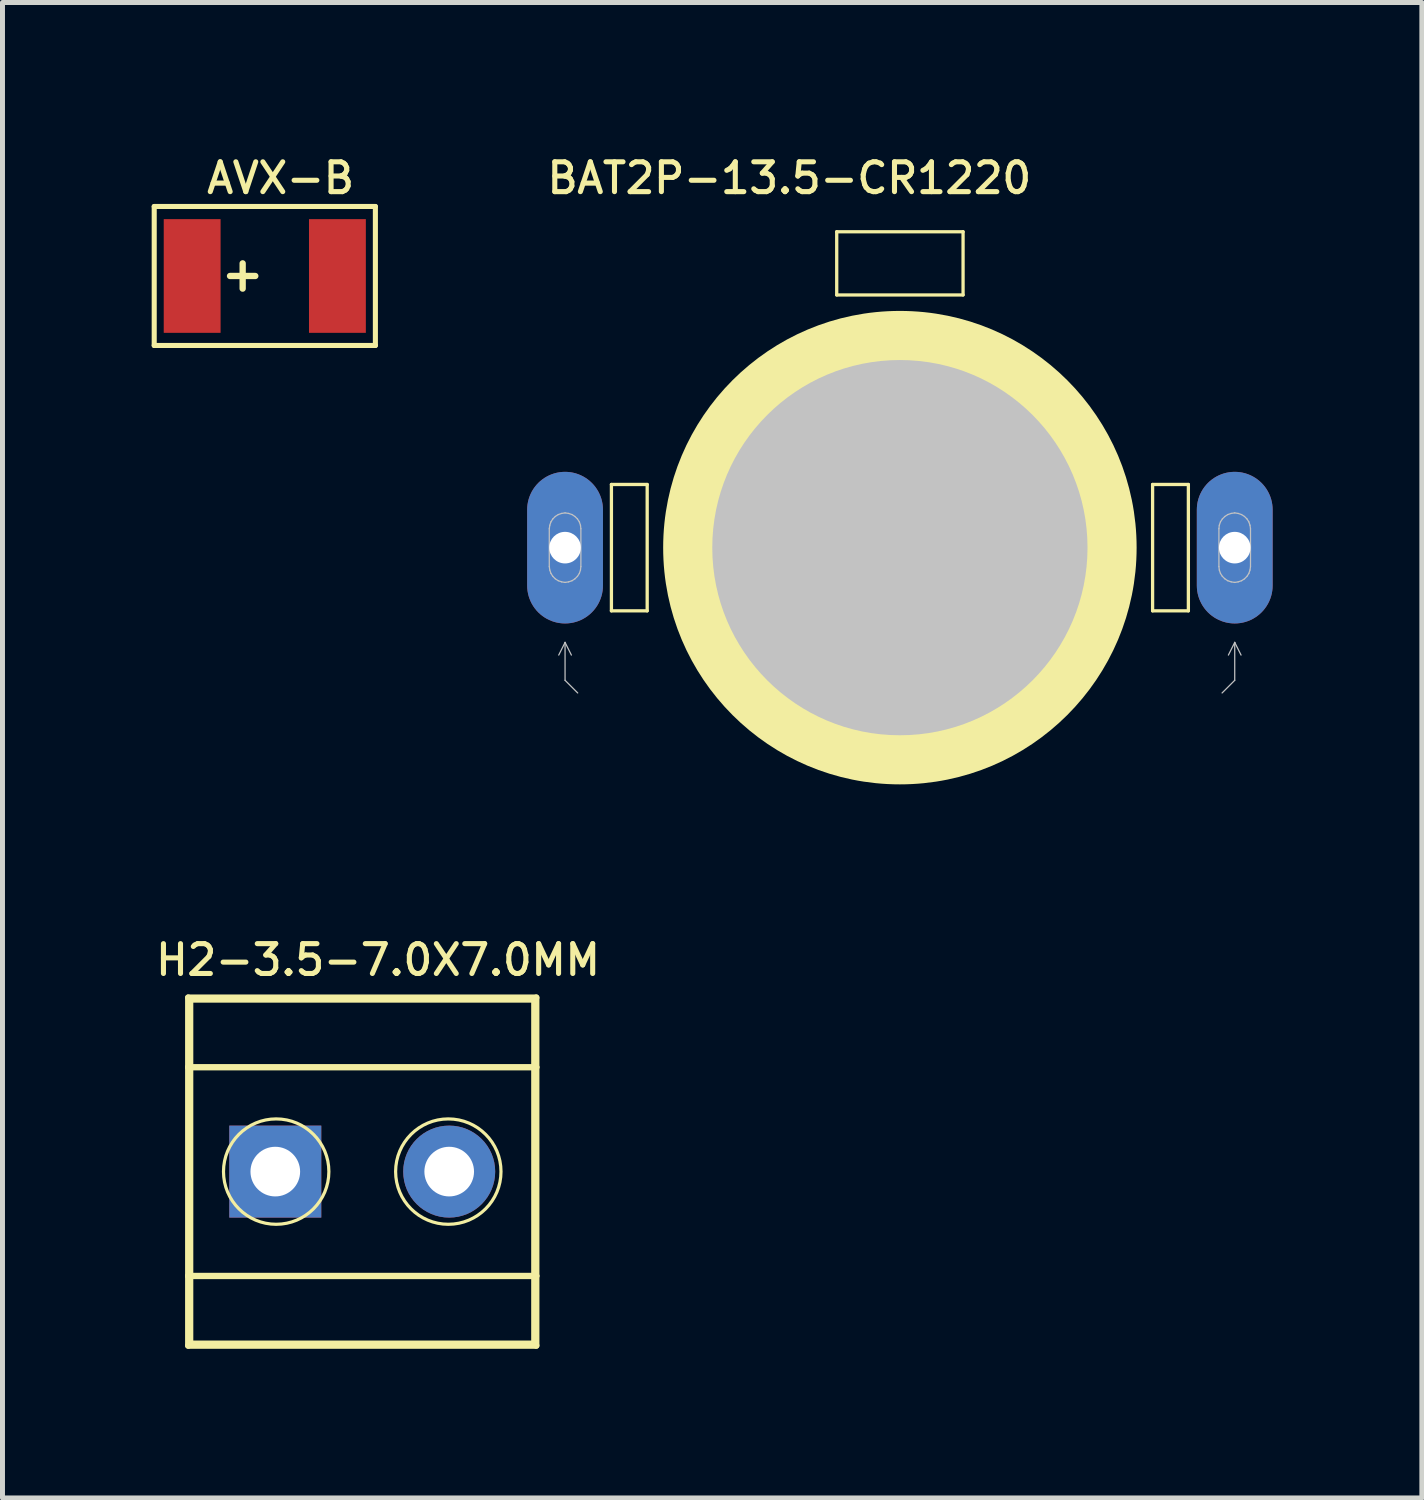
<source format=kicad_pcb>
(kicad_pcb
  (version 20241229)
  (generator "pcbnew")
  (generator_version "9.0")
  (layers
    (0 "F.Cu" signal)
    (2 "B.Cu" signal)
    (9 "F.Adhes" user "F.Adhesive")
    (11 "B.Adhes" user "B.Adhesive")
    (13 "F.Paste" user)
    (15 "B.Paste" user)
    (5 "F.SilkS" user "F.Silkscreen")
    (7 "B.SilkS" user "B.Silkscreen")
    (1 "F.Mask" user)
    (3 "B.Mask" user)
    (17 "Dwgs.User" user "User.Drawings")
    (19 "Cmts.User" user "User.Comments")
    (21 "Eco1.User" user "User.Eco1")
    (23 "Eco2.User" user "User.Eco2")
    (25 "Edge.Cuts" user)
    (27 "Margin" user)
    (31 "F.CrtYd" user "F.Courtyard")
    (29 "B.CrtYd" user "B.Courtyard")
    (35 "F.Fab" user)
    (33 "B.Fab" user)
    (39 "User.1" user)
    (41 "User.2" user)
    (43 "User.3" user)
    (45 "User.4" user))
  (footprint "BAT2P-13.5-CR1220"
    (layer "F.Cu")
    (at 15.04 7.959)
    (property "Reference" "BAT2P-13.5-CR1220" (at -2.223 -7.429 0) (layer "F.SilkS") (effects (font (size 0.6 0.6) (thickness 0.102))))
    (attr smd)
    (fp_line (start -5.799 -1.27) (end -5.08 -1.27) (stroke (width 0.066) (type solid)) (layer "F.SilkS"))
    (fp_line (start -5.799 1.27) (end -5.799 -1.27) (stroke (width 0.066) (type solid)) (layer "F.SilkS"))
    (fp_line (start -5.799 1.27) (end -5.08 1.27) (stroke (width 0.066) (type solid)) (layer "F.SilkS"))
    (fp_line (start -5.08 1.27) (end -5.08 -1.27) (stroke (width 0.066) (type solid)) (layer "F.SilkS"))
    (fp_line (start -1.27 -6.35) (end 1.27 -6.35) (stroke (width 0.066) (type solid)) (layer "F.SilkS"))
    (fp_line (start -1.27 -5.08) (end -1.27 -6.35) (stroke (width 0.066) (type solid)) (layer "F.SilkS"))
    (fp_line (start -1.27 -5.08) (end 1.27 -5.08) (stroke (width 0.066) (type solid)) (layer "F.SilkS"))
    (fp_line (start 1.27 -5.08) (end 1.27 -6.35) (stroke (width 0.066) (type solid)) (layer "F.SilkS"))
    (fp_line (start 5.08 -1.27) (end 5.799 -1.27) (stroke (width 0.066) (type solid)) (layer "F.SilkS"))
    (fp_line (start 5.08 1.27) (end 5.08 -1.27) (stroke (width 0.066) (type solid)) (layer "F.SilkS"))
    (fp_line (start 5.08 1.27) (end 5.799 1.27) (stroke (width 0.066) (type solid)) (layer "F.SilkS"))
    (fp_line (start 5.799 1.27) (end 5.799 -1.27) (stroke (width 0.066) (type solid)) (layer "F.SilkS"))
    (fp_circle (center 0 0) (end -3.365 3.365) (stroke (width 0) (type solid)) (fill yes) (layer "F.SilkS"))
    (fp_line (start -7.048 -0.381) (end -7.038 -0.45) (stroke (width 0.025) (type solid)) (layer "Dwgs.User"))
    (fp_line (start -7.048 0.381) (end -7.048 -0.381) (stroke (width 0.025) (type solid)) (layer "Dwgs.User"))
    (fp_line (start -7.038 -0.45) (end -7.015 -0.518) (stroke (width 0.025) (type solid)) (layer "Dwgs.User"))
    (fp_line (start -7.038 0.45) (end -7.048 0.381) (stroke (width 0.025) (type solid)) (layer "Dwgs.User"))
    (fp_line (start -7.015 -0.518) (end -6.977 -0.577) (stroke (width 0.025) (type solid)) (layer "Dwgs.User"))
    (fp_line (start -7.015 0.518) (end -7.038 0.45) (stroke (width 0.025) (type solid)) (layer "Dwgs.User"))
    (fp_line (start -6.977 -0.577) (end -6.927 -0.627) (stroke (width 0.025) (type solid)) (layer "Dwgs.User"))
    (fp_line (start -6.977 0.577) (end -7.015 0.518) (stroke (width 0.025) (type solid)) (layer "Dwgs.User"))
    (fp_line (start -6.927 -0.627) (end -6.868 -0.665) (stroke (width 0.025) (type solid)) (layer "Dwgs.User"))
    (fp_line (start -6.927 0.627) (end -6.977 0.577) (stroke (width 0.025) (type solid)) (layer "Dwgs.User"))
    (fp_line (start -6.868 -0.665) (end -6.8 -0.688) (stroke (width 0.025) (type solid)) (layer "Dwgs.User"))
    (fp_line (start -6.868 0.665) (end -6.927 0.627) (stroke (width 0.025) (type solid)) (layer "Dwgs.User"))
    (fp_line (start -6.8 -0.688) (end -6.731 -0.699) (stroke (width 0.025) (type solid)) (layer "Dwgs.User"))
    (fp_line (start -6.8 0.688) (end -6.868 0.665) (stroke (width 0.025) (type solid)) (layer "Dwgs.User"))
    (fp_line (start -6.731 -0.699) (end -6.66 -0.688) (stroke (width 0.025) (type solid)) (layer "Dwgs.User"))
    (fp_line (start -6.731 0.699) (end -6.8 0.688) (stroke (width 0.025) (type solid)) (layer "Dwgs.User"))
    (fp_line (start -6.731 1.905) (end -6.858 2.159) (stroke (width 0.025) (type solid)) (layer "Dwgs.User"))
    (fp_line (start -6.731 1.905) (end -6.604 2.159) (stroke (width 0.025) (type solid)) (layer "Dwgs.User"))
    (fp_line (start -6.731 2.667) (end -6.731 1.905) (stroke (width 0.025) (type solid)) (layer "Dwgs.User"))
    (fp_line (start -6.66 -0.688) (end -6.591 -0.665) (stroke (width 0.025) (type solid)) (layer "Dwgs.User"))
    (fp_line (start -6.66 0.688) (end -6.731 0.699) (stroke (width 0.025) (type solid)) (layer "Dwgs.User"))
    (fp_line (start -6.591 -0.665) (end -6.533 -0.627) (stroke (width 0.025) (type solid)) (layer "Dwgs.User"))
    (fp_line (start -6.591 0.665) (end -6.66 0.688) (stroke (width 0.025) (type solid)) (layer "Dwgs.User"))
    (fp_line (start -6.533 -0.627) (end -6.482 -0.577) (stroke (width 0.025) (type solid)) (layer "Dwgs.User"))
    (fp_line (start -6.533 0.627) (end -6.591 0.665) (stroke (width 0.025) (type solid)) (layer "Dwgs.User"))
    (fp_line (start -6.482 -0.577) (end -6.444 -0.518) (stroke (width 0.025) (type solid)) (layer "Dwgs.User"))
    (fp_line (start -6.482 0.577) (end -6.533 0.627) (stroke (width 0.025) (type solid)) (layer "Dwgs.User"))
    (fp_line (start -6.477 2.921) (end -6.731 2.667) (stroke (width 0.025) (type solid)) (layer "Dwgs.User"))
    (fp_line (start -6.444 -0.518) (end -6.421 -0.45) (stroke (width 0.025) (type solid)) (layer "Dwgs.User"))
    (fp_line (start -6.444 0.518) (end -6.482 0.577) (stroke (width 0.025) (type solid)) (layer "Dwgs.User"))
    (fp_line (start -6.421 -0.45) (end -6.413 -0.381) (stroke (width 0.025) (type solid)) (layer "Dwgs.User"))
    (fp_line (start -6.421 0.45) (end -6.444 0.518) (stroke (width 0.025) (type solid)) (layer "Dwgs.User"))
    (fp_line (start -6.413 -0.381) (end -6.413 0.381) (stroke (width 0.025) (type solid)) (layer "Dwgs.User"))
    (fp_line (start -6.413 0.381) (end -6.421 0.45) (stroke (width 0.025) (type solid)) (layer "Dwgs.User"))
    (fp_line (start 6.413 -0.381) (end 6.421 -0.45) (stroke (width 0.025) (type solid)) (layer "Dwgs.User"))
    (fp_line (start 6.413 0.381) (end 6.413 -0.381) (stroke (width 0.025) (type solid)) (layer "Dwgs.User"))
    (fp_line (start 6.421 -0.45) (end 6.444 -0.518) (stroke (width 0.025) (type solid)) (layer "Dwgs.User"))
    (fp_line (start 6.421 0.45) (end 6.413 0.381) (stroke (width 0.025) (type solid)) (layer "Dwgs.User"))
    (fp_line (start 6.444 -0.518) (end 6.482 -0.577) (stroke (width 0.025) (type solid)) (layer "Dwgs.User"))
    (fp_line (start 6.444 0.518) (end 6.421 0.45) (stroke (width 0.025) (type solid)) (layer "Dwgs.User"))
    (fp_line (start 6.477 2.921) (end 6.731 2.667) (stroke (width 0.025) (type solid)) (layer "Dwgs.User"))
    (fp_line (start 6.482 -0.577) (end 6.533 -0.627) (stroke (width 0.025) (type solid)) (layer "Dwgs.User"))
    (fp_line (start 6.482 0.577) (end 6.444 0.518) (stroke (width 0.025) (type solid)) (layer "Dwgs.User"))
    (fp_line (start 6.533 -0.627) (end 6.591 -0.665) (stroke (width 0.025) (type solid)) (layer "Dwgs.User"))
    (fp_line (start 6.533 0.627) (end 6.482 0.577) (stroke (width 0.025) (type solid)) (layer "Dwgs.User"))
    (fp_line (start 6.591 -0.665) (end 6.66 -0.688) (stroke (width 0.025) (type solid)) (layer "Dwgs.User"))
    (fp_line (start 6.591 0.665) (end 6.533 0.627) (stroke (width 0.025) (type solid)) (layer "Dwgs.User"))
    (fp_line (start 6.66 -0.688) (end 6.731 -0.699) (stroke (width 0.025) (type solid)) (layer "Dwgs.User"))
    (fp_line (start 6.66 0.688) (end 6.591 0.665) (stroke (width 0.025) (type solid)) (layer "Dwgs.User"))
    (fp_line (start 6.731 -0.699) (end 6.8 -0.688) (stroke (width 0.025) (type solid)) (layer "Dwgs.User"))
    (fp_line (start 6.731 0.699) (end 6.66 0.688) (stroke (width 0.025) (type solid)) (layer "Dwgs.User"))
    (fp_line (start 6.731 1.905) (end 6.604 2.159) (stroke (width 0.025) (type solid)) (layer "Dwgs.User"))
    (fp_line (start 6.731 1.905) (end 6.858 2.159) (stroke (width 0.025) (type solid)) (layer "Dwgs.User"))
    (fp_line (start 6.731 2.667) (end 6.731 1.905) (stroke (width 0.025) (type solid)) (layer "Dwgs.User"))
    (fp_line (start 6.8 -0.688) (end 6.868 -0.665) (stroke (width 0.025) (type solid)) (layer "Dwgs.User"))
    (fp_line (start 6.8 0.688) (end 6.731 0.699) (stroke (width 0.025) (type solid)) (layer "Dwgs.User"))
    (fp_line (start 6.868 -0.665) (end 6.927 -0.627) (stroke (width 0.025) (type solid)) (layer "Dwgs.User"))
    (fp_line (start 6.868 0.665) (end 6.8 0.688) (stroke (width 0.025) (type solid)) (layer "Dwgs.User"))
    (fp_line (start 6.927 -0.627) (end 6.977 -0.577) (stroke (width 0.025) (type solid)) (layer "Dwgs.User"))
    (fp_line (start 6.927 0.627) (end 6.868 0.665) (stroke (width 0.025) (type solid)) (layer "Dwgs.User"))
    (fp_line (start 6.977 -0.577) (end 7.015 -0.518) (stroke (width 0.025) (type solid)) (layer "Dwgs.User"))
    (fp_line (start 6.977 0.577) (end 6.927 0.627) (stroke (width 0.025) (type solid)) (layer "Dwgs.User"))
    (fp_line (start 7.015 -0.518) (end 7.038 -0.45) (stroke (width 0.025) (type solid)) (layer "Dwgs.User"))
    (fp_line (start 7.015 0.518) (end 6.977 0.577) (stroke (width 0.025) (type solid)) (layer "Dwgs.User"))
    (fp_line (start 7.038 -0.45) (end 7.048 -0.381) (stroke (width 0.025) (type solid)) (layer "Dwgs.User"))
    (fp_line (start 7.038 0.45) (end 7.015 0.518) (stroke (width 0.025) (type solid)) (layer "Dwgs.User"))
    (fp_line (start 7.048 -0.381) (end 7.048 0.381) (stroke (width 0.025) (type solid)) (layer "Dwgs.User"))
    (fp_line (start 7.048 0.381) (end 7.038 0.45) (stroke (width 0.025) (type solid)) (layer "Dwgs.User"))
    (fp_circle (center 0 0) (end -2.667 2.667) (stroke (width 0) (type solid)) (fill yes) (layer "Dwgs.User"))
    (pad "+1" thru_hole oval (at 6.731 0 180) (size 1.524 3.048) (drill 0.635) (layers "*.Cu" "*.Paste" "*.Mask"))
    (pad "+2" thru_hole oval (at -6.731 0 180) (size 1.524 3.048) (drill 0.635) (layers "*.Cu" "*.Paste" "*.Mask"))
    (pad "-" smd circle (at 0 0) (size 7.62 7.62) (layers "F.Cu" "F.Mask" "F.Paste")))
  (footprint "H2-3.5-7.0X7.0MM"
    (layer "F.Cu")
    (at 4.232 20.502)
    (property "Reference" "H2-3.5-7.0X7.0MM" (at 0.318 -4.255 0) (layer "F.SilkS") (effects (font (size 0.6 0.6) (thickness 0.102))))
    (attr exclude_from_pos_files exclude_from_bom)
    (fp_line (start -3.498 -3.498) (end 3.498 -3.498) (stroke (width 0.127) (type solid)) (layer "F.SilkS"))
    (fp_line (start -3.498 -2.098) (end -3.498 -3.498) (stroke (width 0.127) (type solid)) (layer "F.SilkS"))
    (fp_line (start -3.498 -2.098) (end 3.498 -2.098) (stroke (width 0.127) (type solid)) (layer "F.SilkS"))
    (fp_line (start -3.498 2.098) (end -3.498 -2.098) (stroke (width 0.127) (type solid)) (layer "F.SilkS"))
    (fp_line (start -3.498 2.098) (end 3.498 2.098) (stroke (width 0.127) (type solid)) (layer "F.SilkS"))
    (fp_line (start -3.498 3.498) (end -3.498 2.098) (stroke (width 0.127) (type solid)) (layer "F.SilkS"))
    (fp_line (start -3.429 -3.429) (end 3.429 -3.429) (stroke (width 0.066) (type solid)) (layer "F.SilkS"))
    (fp_line (start -3.429 3.429) (end -3.429 -3.429) (stroke (width 0.066) (type solid)) (layer "F.SilkS"))
    (fp_line (start -3.429 3.429) (end 3.429 3.429) (stroke (width 0.066) (type solid)) (layer "F.SilkS"))
    (fp_line (start 3.429 3.429) (end 3.429 -3.429) (stroke (width 0.066) (type solid)) (layer "F.SilkS"))
    (fp_line (start 3.498 -3.498) (end 3.498 -2.098) (stroke (width 0.127) (type solid)) (layer "F.SilkS"))
    (fp_line (start 3.498 -2.098) (end 3.498 2.098) (stroke (width 0.127) (type solid)) (layer "F.SilkS"))
    (fp_line (start 3.498 2.098) (end 3.498 3.498) (stroke (width 0.127) (type solid)) (layer "F.SilkS"))
    (fp_line (start 3.498 3.498) (end -3.498 3.498) (stroke (width 0.127) (type solid)) (layer "F.SilkS"))
    (fp_circle (center -1.73 0) (end -2.479 0.749) (stroke (width 0.064) (type solid)) (fill no) (layer "F.SilkS"))
    (fp_circle (center 1.73 0) (end 2.479 0.749) (stroke (width 0.064) (type solid)) (fill no) (layer "F.SilkS"))
    (pad "1" thru_hole rect (at -1.748 0) (size 1.849 1.849) (drill 0.998) (layers "*.Cu" "*.Paste" "*.Mask"))
    (pad "2" thru_hole circle (at 1.748 0) (size 1.849 1.849) (drill 0.998) (layers "*.Cu" "*.Paste" "*.Mask")))
  (footprint "AVX-B"
    (layer "F.Cu")
    (at 2.273 2.498)
    (property "Reference" "AVX-B" (at 0.318 -1.968 0) (layer "F.SilkS") (effects (font (size 0.6 0.6) (thickness 0.102))))
    (attr smd)
    (fp_line (start -2.223 -1.397) (end 2.223 -1.397) (stroke (width 0.066) (type solid)) (layer "F.SilkS"))
    (fp_line (start -2.223 -1.397) (end 2.223 -1.397) (stroke (width 0.102) (type solid)) (layer "F.SilkS"))
    (fp_line (start -2.223 1.397) (end -2.223 -1.397) (stroke (width 0.066) (type solid)) (layer "F.SilkS"))
    (fp_line (start -2.223 1.397) (end -2.223 -1.397) (stroke (width 0.102) (type solid)) (layer "F.SilkS"))
    (fp_line (start -2.223 1.397) (end 2.223 1.397) (stroke (width 0.066) (type solid)) (layer "F.SilkS"))
    (fp_line (start -0.699 0) (end -0.191 0) (stroke (width 0.127) (type solid)) (layer "F.SilkS"))
    (fp_line (start -0.445 0.254) (end -0.445 -0.254) (stroke (width 0.127) (type solid)) (layer "F.SilkS"))
    (fp_line (start 2.223 -1.397) (end 2.223 1.397) (stroke (width 0.102) (type solid)) (layer "F.SilkS"))
    (fp_line (start 2.223 1.397) (end -2.223 1.397) (stroke (width 0.102) (type solid)) (layer "F.SilkS"))
    (fp_line (start 2.223 1.397) (end 2.223 -1.397) (stroke (width 0.066) (type solid)) (layer "F.SilkS"))
    (pad "+" smd rect (at -1.46 0) (size 1.143 2.286) (layers "F.Cu" "F.Mask" "F.Paste"))
    (pad "-" smd rect (at 1.46 0 180) (size 1.143 2.286) (layers "F.Cu" "F.Mask" "F.Paste")))
  (gr_rect
    (start -3 -3)
    (end 25.533 27.063)
    (stroke (width 0.1) (type default))
    (fill no)
    (layer "Edge.Cuts")))
</source>
